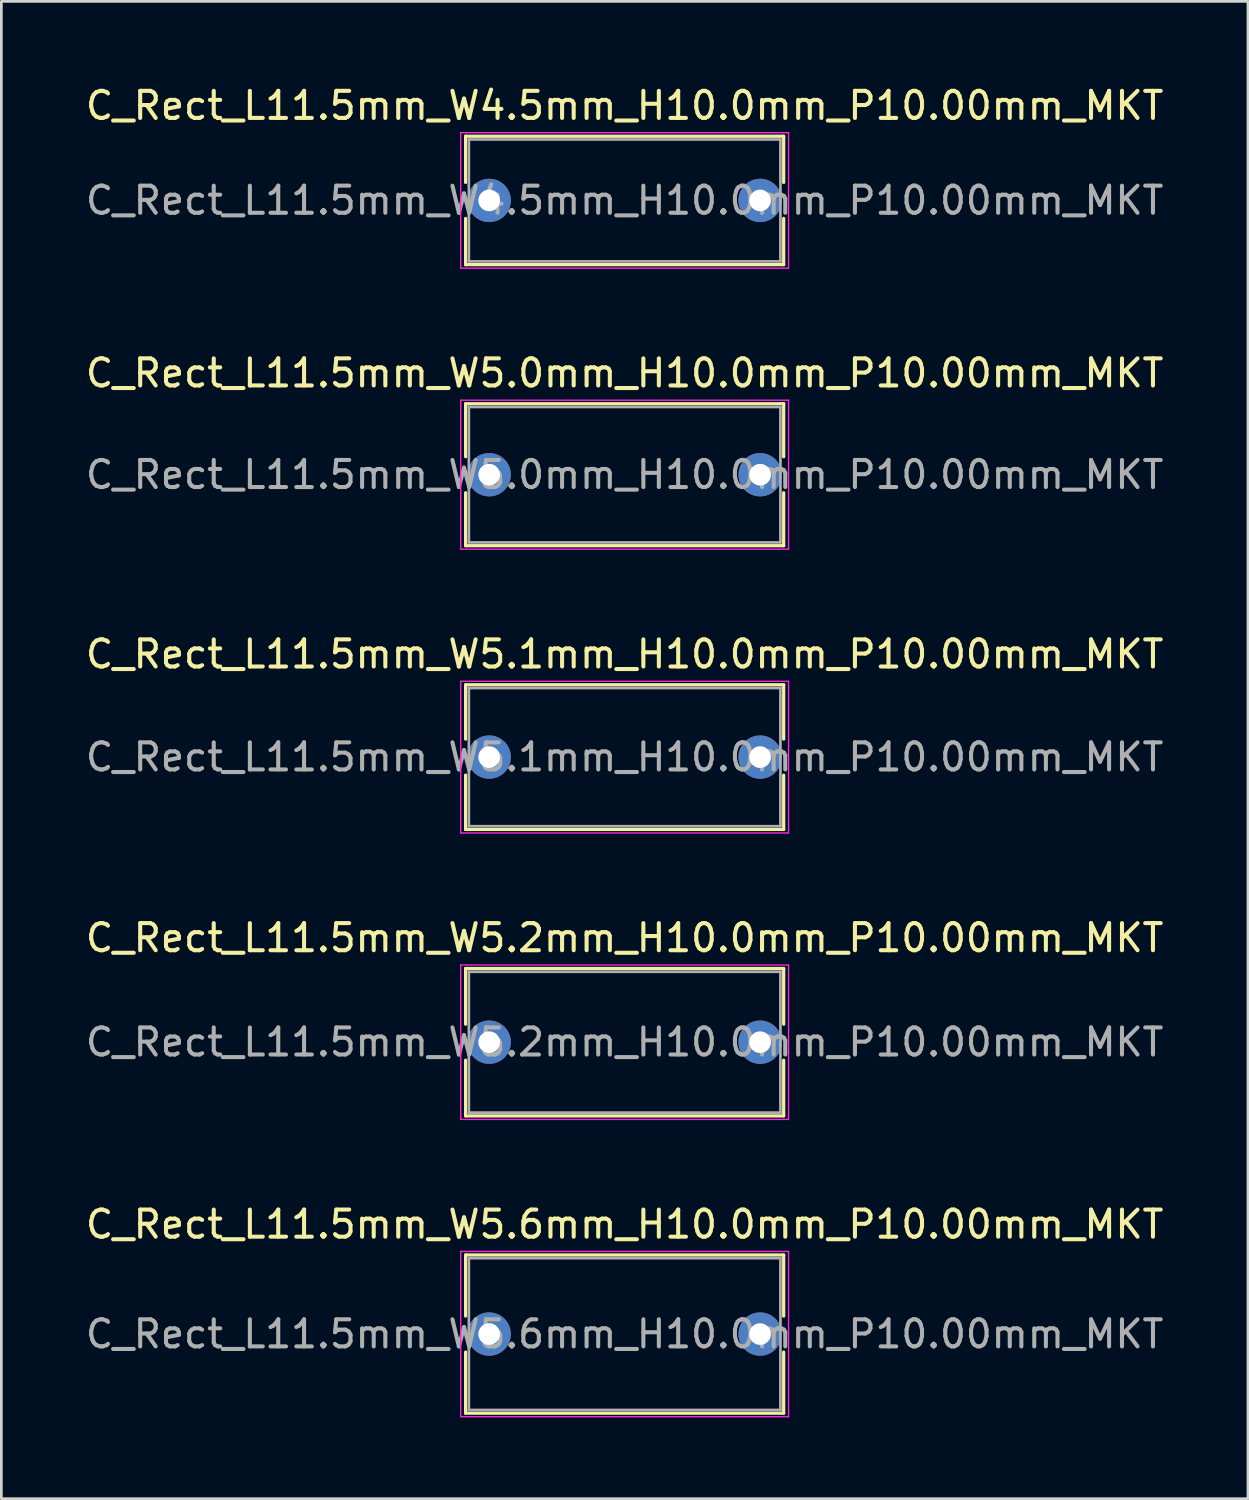
<source format=kicad_pcb>
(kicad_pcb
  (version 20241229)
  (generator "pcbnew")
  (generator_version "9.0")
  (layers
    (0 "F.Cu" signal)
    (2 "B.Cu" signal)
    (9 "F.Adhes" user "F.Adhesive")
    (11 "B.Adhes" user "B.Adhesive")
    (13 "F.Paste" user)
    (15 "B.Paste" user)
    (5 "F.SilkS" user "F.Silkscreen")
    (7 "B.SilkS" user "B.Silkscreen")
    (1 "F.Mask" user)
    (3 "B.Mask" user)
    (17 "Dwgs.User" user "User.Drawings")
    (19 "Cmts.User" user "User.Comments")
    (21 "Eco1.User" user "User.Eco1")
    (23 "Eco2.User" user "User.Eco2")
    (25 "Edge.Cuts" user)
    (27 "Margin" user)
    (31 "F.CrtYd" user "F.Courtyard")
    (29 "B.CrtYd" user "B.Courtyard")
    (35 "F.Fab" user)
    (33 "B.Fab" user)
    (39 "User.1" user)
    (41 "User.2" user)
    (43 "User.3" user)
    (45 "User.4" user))
  (footprint "C_Rect_L11.5mm_W4.5mm_H10.0mm_P10.00mm_MKT"
    (layer "F.Cu")
    (at 15.006 4.348)
    (property "Reference" "C_Rect_L11.5mm_W4.5mm_H10.0mm_P10.00mm_MKT" (at 5 -3.5 0) (layer "F.SilkS") (effects (font (size 1 1) (thickness 0.15))))
    (attr through_hole)
    (fp_line (start -0.87 -2.37) (end -0.87 -0.665) (stroke (width 0.12) (type solid)) (layer "F.SilkS"))
    (fp_line (start -0.87 -2.37) (end 10.87 -2.37) (stroke (width 0.12) (type solid)) (layer "F.SilkS"))
    (fp_line (start -0.87 0.665) (end -0.87 2.37) (stroke (width 0.12) (type solid)) (layer "F.SilkS"))
    (fp_line (start -0.87 2.37) (end 10.87 2.37) (stroke (width 0.12) (type solid)) (layer "F.SilkS"))
    (fp_line (start 10.87 -2.37) (end 10.87 -0.665) (stroke (width 0.12) (type solid)) (layer "F.SilkS"))
    (fp_line (start 10.87 0.665) (end 10.87 2.37) (stroke (width 0.12) (type solid)) (layer "F.SilkS"))
    (fp_line (start -1.05 -2.5) (end -1.05 2.5) (stroke (width 0.05) (type solid)) (layer "F.CrtYd"))
    (fp_line (start -1.05 2.5) (end 11.05 2.5) (stroke (width 0.05) (type solid)) (layer "F.CrtYd"))
    (fp_line (start 11.05 -2.5) (end -1.05 -2.5) (stroke (width 0.05) (type solid)) (layer "F.CrtYd"))
    (fp_line (start 11.05 2.5) (end 11.05 -2.5) (stroke (width 0.05) (type solid)) (layer "F.CrtYd"))
    (fp_line (start -0.75 -2.25) (end -0.75 2.25) (stroke (width 0.1) (type solid)) (layer "F.Fab"))
    (fp_line (start -0.75 2.25) (end 10.75 2.25) (stroke (width 0.1) (type solid)) (layer "F.Fab"))
    (fp_line (start 10.75 -2.25) (end -0.75 -2.25) (stroke (width 0.1) (type solid)) (layer "F.Fab"))
    (fp_line (start 10.75 2.25) (end 10.75 -2.25) (stroke (width 0.1) (type solid)) (layer "F.Fab"))
    (fp_text user "${REFERENCE}" (at 5 0 0) (layer "F.Fab") (effects (font (size 1 1) (thickness 0.15))))
    (pad "1" thru_hole circle (at 0 0) (size 1.6 1.6) (drill 0.8) (layers "*.Cu" "*.Mask"))
    (pad "2" thru_hole circle (at 10 0) (size 1.6 1.6) (drill 0.8) (layers "*.Cu" "*.Mask")))
  (footprint "C_Rect_L11.5mm_W5.1mm_H10.0mm_P10.00mm_MKT"
    (layer "F.Cu")
    (at 15.006 24.895)
    (property "Reference" "C_Rect_L11.5mm_W5.1mm_H10.0mm_P10.00mm_MKT" (at 5 -3.8 0) (layer "F.SilkS") (effects (font (size 1 1) (thickness 0.15))))
    (attr through_hole)
    (fp_line (start -0.87 -2.67) (end -0.87 -0.665) (stroke (width 0.12) (type solid)) (layer "F.SilkS"))
    (fp_line (start -0.87 -2.67) (end 10.87 -2.67) (stroke (width 0.12) (type solid)) (layer "F.SilkS"))
    (fp_line (start -0.87 0.665) (end -0.87 2.67) (stroke (width 0.12) (type solid)) (layer "F.SilkS"))
    (fp_line (start -0.87 2.67) (end 10.87 2.67) (stroke (width 0.12) (type solid)) (layer "F.SilkS"))
    (fp_line (start 10.87 -2.67) (end 10.87 -0.665) (stroke (width 0.12) (type solid)) (layer "F.SilkS"))
    (fp_line (start 10.87 0.665) (end 10.87 2.67) (stroke (width 0.12) (type solid)) (layer "F.SilkS"))
    (fp_line (start -1.05 -2.8) (end -1.05 2.8) (stroke (width 0.05) (type solid)) (layer "F.CrtYd"))
    (fp_line (start -1.05 2.8) (end 11.05 2.8) (stroke (width 0.05) (type solid)) (layer "F.CrtYd"))
    (fp_line (start 11.05 -2.8) (end -1.05 -2.8) (stroke (width 0.05) (type solid)) (layer "F.CrtYd"))
    (fp_line (start 11.05 2.8) (end 11.05 -2.8) (stroke (width 0.05) (type solid)) (layer "F.CrtYd"))
    (fp_line (start -0.75 -2.55) (end -0.75 2.55) (stroke (width 0.1) (type solid)) (layer "F.Fab"))
    (fp_line (start -0.75 2.55) (end 10.75 2.55) (stroke (width 0.1) (type solid)) (layer "F.Fab"))
    (fp_line (start 10.75 -2.55) (end -0.75 -2.55) (stroke (width 0.1) (type solid)) (layer "F.Fab"))
    (fp_line (start 10.75 2.55) (end 10.75 -2.55) (stroke (width 0.1) (type solid)) (layer "F.Fab"))
    (fp_text user "${REFERENCE}" (at 5 0 0) (layer "F.Fab") (effects (font (size 1 1) (thickness 0.15))))
    (pad "1" thru_hole circle (at 0 0) (size 1.6 1.6) (drill 0.8) (layers "*.Cu" "*.Mask"))
    (pad "2" thru_hole circle (at 10 0) (size 1.6 1.6) (drill 0.8) (layers "*.Cu" "*.Mask")))
  (footprint "C_Rect_L11.5mm_W5.2mm_H10.0mm_P10.00mm_MKT"
    (layer "F.Cu")
    (at 15.006 35.418)
    (property "Reference" "C_Rect_L11.5mm_W5.2mm_H10.0mm_P10.00mm_MKT" (at 5 -3.85 0) (layer "F.SilkS") (effects (font (size 1 1) (thickness 0.15))))
    (attr through_hole)
    (fp_line (start -0.87 -2.72) (end -0.87 -0.665) (stroke (width 0.12) (type solid)) (layer "F.SilkS"))
    (fp_line (start -0.87 -2.72) (end 10.87 -2.72) (stroke (width 0.12) (type solid)) (layer "F.SilkS"))
    (fp_line (start -0.87 0.665) (end -0.87 2.72) (stroke (width 0.12) (type solid)) (layer "F.SilkS"))
    (fp_line (start -0.87 2.72) (end 10.87 2.72) (stroke (width 0.12) (type solid)) (layer "F.SilkS"))
    (fp_line (start 10.87 -2.72) (end 10.87 -0.665) (stroke (width 0.12) (type solid)) (layer "F.SilkS"))
    (fp_line (start 10.87 0.665) (end 10.87 2.72) (stroke (width 0.12) (type solid)) (layer "F.SilkS"))
    (fp_line (start -1.05 -2.85) (end -1.05 2.85) (stroke (width 0.05) (type solid)) (layer "F.CrtYd"))
    (fp_line (start -1.05 2.85) (end 11.05 2.85) (stroke (width 0.05) (type solid)) (layer "F.CrtYd"))
    (fp_line (start 11.05 -2.85) (end -1.05 -2.85) (stroke (width 0.05) (type solid)) (layer "F.CrtYd"))
    (fp_line (start 11.05 2.85) (end 11.05 -2.85) (stroke (width 0.05) (type solid)) (layer "F.CrtYd"))
    (fp_line (start -0.75 -2.6) (end -0.75 2.6) (stroke (width 0.1) (type solid)) (layer "F.Fab"))
    (fp_line (start -0.75 2.6) (end 10.75 2.6) (stroke (width 0.1) (type solid)) (layer "F.Fab"))
    (fp_line (start 10.75 -2.6) (end -0.75 -2.6) (stroke (width 0.1) (type solid)) (layer "F.Fab"))
    (fp_line (start 10.75 2.6) (end 10.75 -2.6) (stroke (width 0.1) (type solid)) (layer "F.Fab"))
    (fp_text user "${REFERENCE}" (at 5 0 0) (layer "F.Fab") (effects (font (size 1 1) (thickness 0.15))))
    (pad "1" thru_hole circle (at 0 0) (size 1.6 1.6) (drill 0.8) (layers "*.Cu" "*.Mask"))
    (pad "2" thru_hole circle (at 10 0) (size 1.6 1.6) (drill 0.8) (layers "*.Cu" "*.Mask")))
  (footprint "C_Rect_L11.5mm_W5.0mm_H10.0mm_P10.00mm_MKT"
    (layer "F.Cu")
    (at 15.006 14.472)
    (property "Reference" "C_Rect_L11.5mm_W5.0mm_H10.0mm_P10.00mm_MKT" (at 5 -3.75 0) (layer "F.SilkS") (effects (font (size 1 1) (thickness 0.15))))
    (attr through_hole)
    (fp_line (start -0.87 -2.62) (end -0.87 -0.665) (stroke (width 0.12) (type solid)) (layer "F.SilkS"))
    (fp_line (start -0.87 -2.62) (end 10.87 -2.62) (stroke (width 0.12) (type solid)) (layer "F.SilkS"))
    (fp_line (start -0.87 0.665) (end -0.87 2.62) (stroke (width 0.12) (type solid)) (layer "F.SilkS"))
    (fp_line (start -0.87 2.62) (end 10.87 2.62) (stroke (width 0.12) (type solid)) (layer "F.SilkS"))
    (fp_line (start 10.87 -2.62) (end 10.87 -0.665) (stroke (width 0.12) (type solid)) (layer "F.SilkS"))
    (fp_line (start 10.87 0.665) (end 10.87 2.62) (stroke (width 0.12) (type solid)) (layer "F.SilkS"))
    (fp_line (start -1.05 -2.75) (end -1.05 2.75) (stroke (width 0.05) (type solid)) (layer "F.CrtYd"))
    (fp_line (start -1.05 2.75) (end 11.05 2.75) (stroke (width 0.05) (type solid)) (layer "F.CrtYd"))
    (fp_line (start 11.05 -2.75) (end -1.05 -2.75) (stroke (width 0.05) (type solid)) (layer "F.CrtYd"))
    (fp_line (start 11.05 2.75) (end 11.05 -2.75) (stroke (width 0.05) (type solid)) (layer "F.CrtYd"))
    (fp_line (start -0.75 -2.5) (end -0.75 2.5) (stroke (width 0.1) (type solid)) (layer "F.Fab"))
    (fp_line (start -0.75 2.5) (end 10.75 2.5) (stroke (width 0.1) (type solid)) (layer "F.Fab"))
    (fp_line (start 10.75 -2.5) (end -0.75 -2.5) (stroke (width 0.1) (type solid)) (layer "F.Fab"))
    (fp_line (start 10.75 2.5) (end 10.75 -2.5) (stroke (width 0.1) (type solid)) (layer "F.Fab"))
    (fp_text user "${REFERENCE}" (at 5 0 0) (layer "F.Fab") (effects (font (size 1 1) (thickness 0.15))))
    (pad "1" thru_hole circle (at 0 0) (size 1.6 1.6) (drill 0.8) (layers "*.Cu" "*.Mask"))
    (pad "2" thru_hole circle (at 10 0) (size 1.6 1.6) (drill 0.8) (layers "*.Cu" "*.Mask")))
  (footprint "C_Rect_L11.5mm_W5.6mm_H10.0mm_P10.00mm_MKT"
    (layer "F.Cu")
    (at 15.006 46.191)
    (property "Reference" "C_Rect_L11.5mm_W5.6mm_H10.0mm_P10.00mm_MKT" (at 5 -4.05 0) (layer "F.SilkS") (effects (font (size 1 1) (thickness 0.15))))
    (attr through_hole)
    (fp_line (start -0.87 -2.92) (end -0.87 -0.665) (stroke (width 0.12) (type solid)) (layer "F.SilkS"))
    (fp_line (start -0.87 -2.92) (end 10.87 -2.92) (stroke (width 0.12) (type solid)) (layer "F.SilkS"))
    (fp_line (start -0.87 0.665) (end -0.87 2.92) (stroke (width 0.12) (type solid)) (layer "F.SilkS"))
    (fp_line (start -0.87 2.92) (end 10.87 2.92) (stroke (width 0.12) (type solid)) (layer "F.SilkS"))
    (fp_line (start 10.87 -2.92) (end 10.87 -0.665) (stroke (width 0.12) (type solid)) (layer "F.SilkS"))
    (fp_line (start 10.87 0.665) (end 10.87 2.92) (stroke (width 0.12) (type solid)) (layer "F.SilkS"))
    (fp_line (start -1.05 -3.05) (end -1.05 3.05) (stroke (width 0.05) (type solid)) (layer "F.CrtYd"))
    (fp_line (start -1.05 3.05) (end 11.05 3.05) (stroke (width 0.05) (type solid)) (layer "F.CrtYd"))
    (fp_line (start 11.05 -3.05) (end -1.05 -3.05) (stroke (width 0.05) (type solid)) (layer "F.CrtYd"))
    (fp_line (start 11.05 3.05) (end 11.05 -3.05) (stroke (width 0.05) (type solid)) (layer "F.CrtYd"))
    (fp_line (start -0.75 -2.8) (end -0.75 2.8) (stroke (width 0.1) (type solid)) (layer "F.Fab"))
    (fp_line (start -0.75 2.8) (end 10.75 2.8) (stroke (width 0.1) (type solid)) (layer "F.Fab"))
    (fp_line (start 10.75 -2.8) (end -0.75 -2.8) (stroke (width 0.1) (type solid)) (layer "F.Fab"))
    (fp_line (start 10.75 2.8) (end 10.75 -2.8) (stroke (width 0.1) (type solid)) (layer "F.Fab"))
    (fp_text user "${REFERENCE}" (at 5 0 0) (layer "F.Fab") (effects (font (size 1 1) (thickness 0.15))))
    (pad "1" thru_hole circle (at 0 0) (size 1.6 1.6) (drill 0.8) (layers "*.Cu" "*.Mask"))
    (pad "2" thru_hole circle (at 10 0) (size 1.6 1.6) (drill 0.8) (layers "*.Cu" "*.Mask")))
  (gr_rect
    (start -3 -3)
    (end 43.012 52.266)
    (stroke (width 0.1) (type default))
    (fill no)
    (layer "Edge.Cuts")))
</source>
